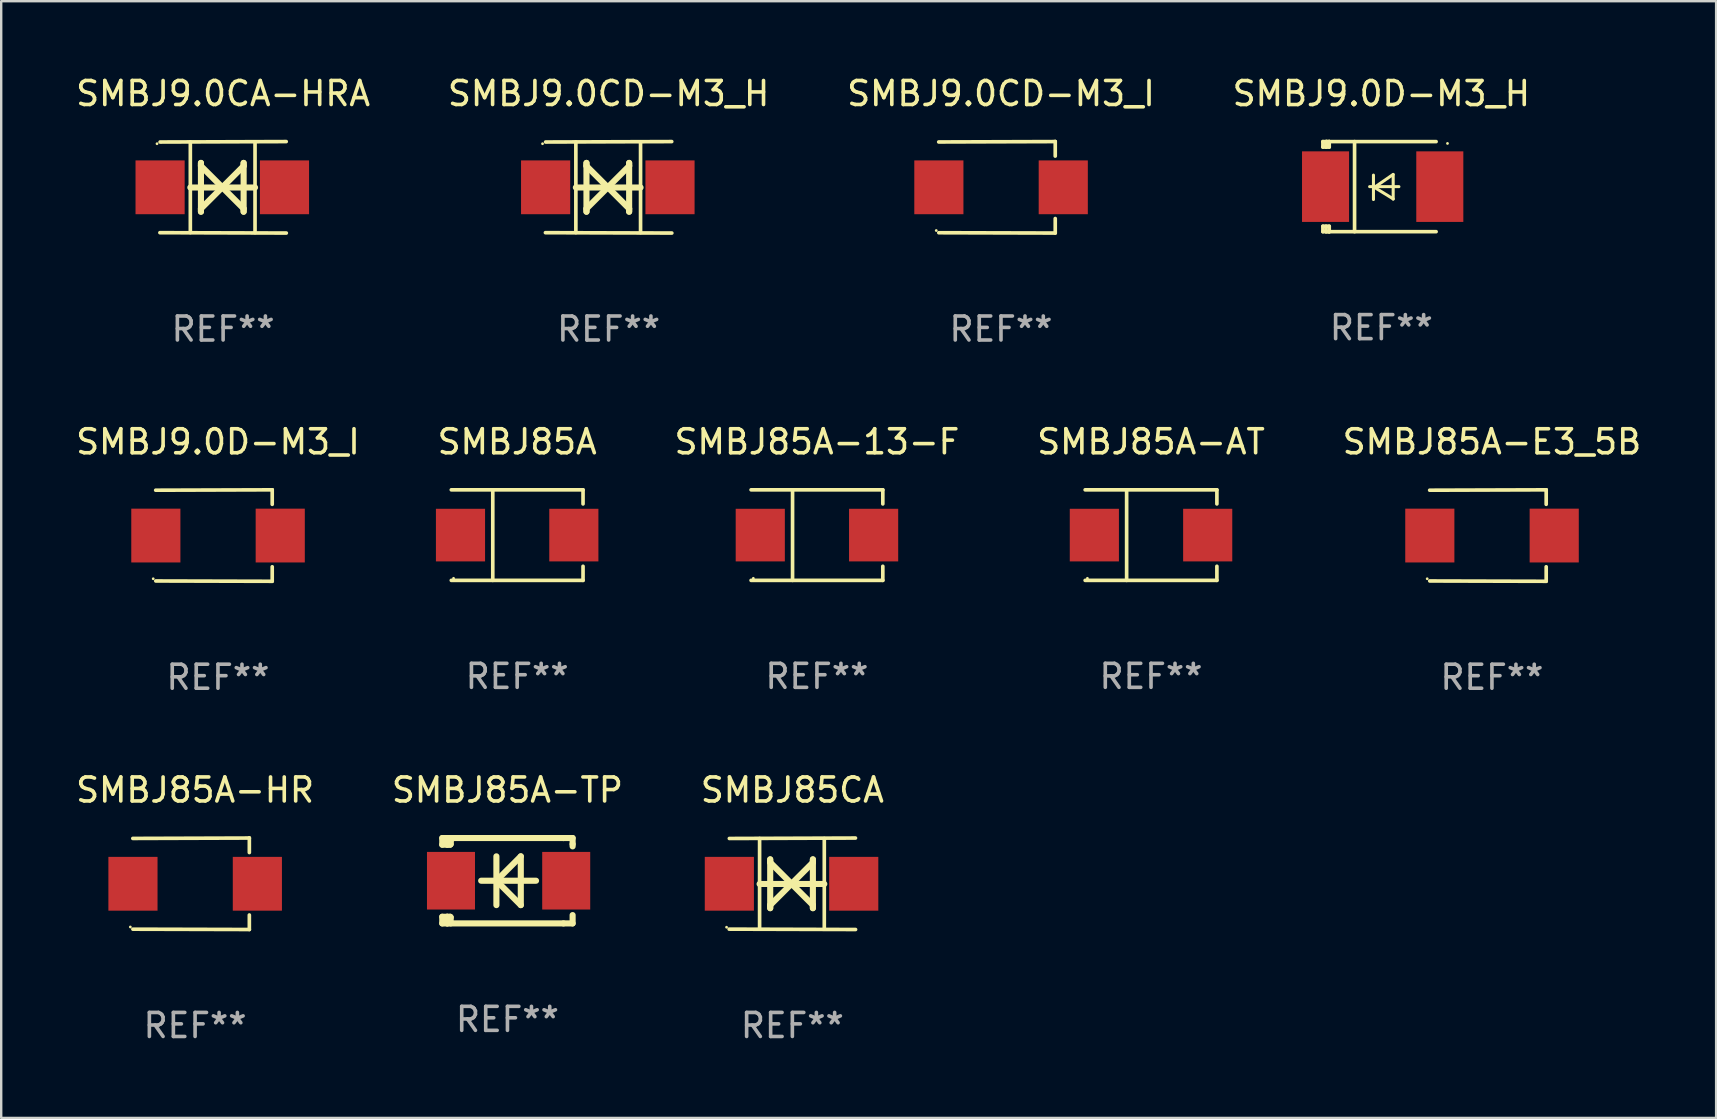
<source format=kicad_pcb>
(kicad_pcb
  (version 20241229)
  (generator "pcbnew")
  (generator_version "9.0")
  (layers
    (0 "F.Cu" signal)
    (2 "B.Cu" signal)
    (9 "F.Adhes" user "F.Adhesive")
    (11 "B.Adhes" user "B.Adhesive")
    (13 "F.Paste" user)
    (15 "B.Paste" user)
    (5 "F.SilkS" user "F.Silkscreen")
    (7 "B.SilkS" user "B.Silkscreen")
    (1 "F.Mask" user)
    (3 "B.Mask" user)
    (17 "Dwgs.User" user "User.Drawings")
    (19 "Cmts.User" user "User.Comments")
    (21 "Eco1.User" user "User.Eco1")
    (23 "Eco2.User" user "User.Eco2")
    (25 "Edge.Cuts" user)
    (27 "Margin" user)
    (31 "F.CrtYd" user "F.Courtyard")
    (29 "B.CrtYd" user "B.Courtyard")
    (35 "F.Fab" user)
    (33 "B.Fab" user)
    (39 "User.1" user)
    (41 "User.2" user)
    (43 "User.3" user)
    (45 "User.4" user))
  (footprint "SMBJ85A-HR"
    (layer "F.Cu")
    (at 5.077 33.766)
    (property "Reference" "SMBJ85A-HR" (at 0 -3.905 0) (layer "F.SilkS") (effects (font (size 1 1) (thickness 0.15))))
    (attr through_hole)
    (fp_line (start 2.256 -1.905) (end -2.594 -1.889) (stroke (width 0.152) (type solid)) (layer "F.SilkS"))
    (fp_line (start 2.256 -1.905) (end 2.26 -1.905) (stroke (width 0.152) (type solid)) (layer "F.SilkS"))
    (fp_line (start 2.26 -1.905) (end 2.26 -1.301) (stroke (width 0.152) (type solid)) (layer "F.SilkS"))
    (fp_line (start 2.26 1.301) (end 2.26 1.905) (stroke (width 0.152) (type solid)) (layer "F.SilkS"))
    (fp_line (start 2.26 1.905) (end -2.59 1.892) (stroke (width 0.152) (type solid)) (layer "F.SilkS"))
    (fp_circle (center -2.697 1.8) (end -2.667 1.8) (stroke (width 0.06) (type solid)) (fill no) (layer "F.SilkS"))
    (fp_text user "REF**" (at 0 5.905 0) (layer "F.Fab") (effects (font (size 1 1) (thickness 0.15))))
    (pad "1" smd rect (at -2.588 0) (size 2.047 2.241) (layers "F.Cu" "F.Mask" "F.Paste"))
    (pad "2" smd rect (at 2.594 0) (size 2.047 2.241) (layers "F.Cu" "F.Mask" "F.Paste")))
  (footprint "SMBJ9.0CD-M3_I"
    (layer "F.Cu")
    (at 38.649 4.753)
    (property "Reference" "SMBJ9.0CD-M3_I" (at 0 -3.905 0) (layer "F.SilkS") (effects (font (size 1 1) (thickness 0.15))))
    (attr through_hole)
    (fp_line (start 2.256 -1.905) (end -2.594 -1.889) (stroke (width 0.152) (type solid)) (layer "F.SilkS"))
    (fp_line (start 2.256 -1.905) (end 2.26 -1.905) (stroke (width 0.152) (type solid)) (layer "F.SilkS"))
    (fp_line (start 2.26 -1.905) (end 2.26 -1.301) (stroke (width 0.152) (type solid)) (layer "F.SilkS"))
    (fp_line (start 2.26 1.301) (end 2.26 1.905) (stroke (width 0.152) (type solid)) (layer "F.SilkS"))
    (fp_line (start 2.26 1.905) (end -2.59 1.892) (stroke (width 0.152) (type solid)) (layer "F.SilkS"))
    (fp_circle (center -2.697 1.8) (end -2.667 1.8) (stroke (width 0.06) (type solid)) (fill no) (layer "F.SilkS"))
    (fp_text user "REF**" (at 0 5.905 0) (layer "F.Fab") (effects (font (size 1 1) (thickness 0.15))))
    (pad "1" smd rect (at -2.588 0) (size 2.047 2.241) (layers "F.Cu" "F.Mask" "F.Paste"))
    (pad "2" smd rect (at 2.594 0) (size 2.047 2.241) (layers "F.Cu" "F.Mask" "F.Paste")))
  (footprint "SMBJ85CA"
    (layer "F.Cu")
    (at 29.958 33.766)
    (property "Reference" "SMBJ85CA" (at 0 -3.905 0) (layer "F.SilkS") (effects (font (size 1 1) (thickness 0.15))))
    (attr through_hole)
    (fp_line (start -1.365 1.886) (end -1.365 -1.886) (stroke (width 0.152) (type solid)) (layer "F.SilkS"))
    (fp_line (start -1.365 0.008) (end 1.33 0.008) (stroke (width 0.254) (type solid)) (layer "F.SilkS"))
    (fp_line (start -0.923 -1.016) (end -0.923 1.016) (stroke (width 0.254) (type solid)) (layer "F.SilkS"))
    (fp_line (start -0.923 -0.889) (end -0.923 -1.016) (stroke (width 0.254) (type solid)) (layer "F.SilkS"))
    (fp_line (start -0.923 0.889) (end -0.034 0) (stroke (width 0.254) (type solid)) (layer "F.SilkS"))
    (fp_line (start -0.923 1.016) (end -0.923 0.889) (stroke (width 0.254) (type solid)) (layer "F.SilkS"))
    (fp_line (start -0.034 0) (end -0.923 -0.889) (stroke (width 0.254) (type solid)) (layer "F.SilkS"))
    (fp_line (start -0.034 0) (end 0.855 0.889) (stroke (width 0.254) (type solid)) (layer "F.SilkS"))
    (fp_line (start 0.855 -1.016) (end 0.855 -0.889) (stroke (width 0.254) (type solid)) (layer "F.SilkS"))
    (fp_line (start 0.855 -0.889) (end -0.034 0) (stroke (width 0.254) (type solid)) (layer "F.SilkS"))
    (fp_line (start 0.855 0.889) (end 0.855 1.016) (stroke (width 0.254) (type solid)) (layer "F.SilkS"))
    (fp_line (start 0.855 1.016) (end 0.855 -1.016) (stroke (width 0.254) (type solid)) (layer "F.SilkS"))
    (fp_line (start 1.33 1.886) (end 1.33 -1.886) (stroke (width 0.152) (type solid)) (layer "F.SilkS"))
    (fp_line (start 2.629 -1.905) (end -2.625 -1.887) (stroke (width 0.152) (type solid)) (layer "F.SilkS"))
    (fp_line (start 2.633 1.905) (end -2.633 1.89) (stroke (width 0.152) (type solid)) (layer "F.SilkS"))
    (fp_circle (center -2.741 1.81) (end -2.711 1.81) (stroke (width 0.06) (type solid)) (fill no) (layer "F.SilkS"))
    (fp_text user "REF**" (at 0 5.905 0) (layer "F.Fab") (effects (font (size 1 1) (thickness 0.15))))
    (pad "1" smd rect (at -2.625 0) (size 2.047 2.241) (layers "F.Cu" "F.Mask" "F.Paste"))
    (pad "2" smd rect (at 2.557 0) (size 2.047 2.241) (layers "F.Cu" "F.Mask" "F.Paste")))
  (footprint "SMBJ85A-TP"
    (layer "F.Cu")
    (at 18.089 33.639)
    (property "Reference" "SMBJ85A-TP" (at 0 -3.778 0) (layer "F.SilkS") (effects (font (size 1 1) (thickness 0.15))))
    (attr through_hole)
    (fp_line (start -2.715 -1.778) (end -2.715 -1.501) (stroke (width 0.254) (type solid)) (layer "F.SilkS"))
    (fp_line (start -2.715 -1.501) (end -2.505 -1.501) (stroke (width 0.254) (type solid)) (layer "F.SilkS"))
    (fp_line (start -2.715 1.501) (end -2.715 1.778) (stroke (width 0.254) (type solid)) (layer "F.SilkS"))
    (fp_line (start -2.715 1.501) (end -2.505 1.501) (stroke (width 0.254) (type solid)) (layer "F.SilkS"))
    (fp_line (start -2.715 1.778) (end -2.504 1.778) (stroke (width 0.254) (type solid)) (layer "F.SilkS"))
    (fp_line (start -2.505 -1.778) (end -2.715 -1.778) (stroke (width 0.254) (type solid)) (layer "F.SilkS"))
    (fp_line (start -2.505 -1.778) (end -2.238 -1.778) (stroke (width 0.254) (type solid)) (layer "F.SilkS"))
    (fp_line (start -2.505 -1.501) (end -2.505 -1.651) (stroke (width 0.254) (type solid)) (layer "F.SilkS"))
    (fp_line (start -2.505 -1.501) (end -2.388 -1.501) (stroke (width 0.254) (type solid)) (layer "F.SilkS"))
    (fp_line (start -2.505 1.501) (end -2.505 1.778) (stroke (width 0.254) (type solid)) (layer "F.SilkS"))
    (fp_line (start -2.505 1.501) (end -2.388 1.501) (stroke (width 0.254) (type solid)) (layer "F.SilkS"))
    (fp_line (start -2.388 1.501) (end -2.365 1.524) (stroke (width 0.254) (type solid)) (layer "F.SilkS"))
    (fp_line (start -2.388 -1.501) (end -2.365 -1.524) (stroke (width 0.254) (type solid)) (layer "F.SilkS"))
    (fp_line (start -2.365 -1.651) (end -2.505 -1.778) (stroke (width 0.254) (type solid)) (layer "F.SilkS"))
    (fp_line (start -2.365 -1.524) (end -2.365 -1.651) (stroke (width 0.254) (type solid)) (layer "F.SilkS"))
    (fp_line (start -2.365 1.524) (end -2.365 1.778) (stroke (width 0.254) (type solid)) (layer "F.SilkS"))
    (fp_line (start -2.239 -1.778) (end 2.333 -1.778) (stroke (width 0.254) (type solid)) (layer "F.SilkS"))
    (fp_line (start -2.238 -1.778) (end -2.505 -1.778) (stroke (width 0.254) (type solid)) (layer "F.SilkS"))
    (fp_line (start -1.095 0) (end 1.191 0) (stroke (width 0.254) (type solid)) (layer "F.SilkS"))
    (fp_line (start -0.46 -1.016) (end -0.46 1.016) (stroke (width 0.254) (type solid)) (layer "F.SilkS"))
    (fp_line (start -0.46 -0.000127) (end 0.556 1.016) (stroke (width 0.254) (type solid)) (layer "F.SilkS"))
    (fp_line (start 0.556 -1.016) (end 0.556 1.016) (stroke (width 0.254) (type solid)) (layer "F.SilkS"))
    (fp_line (start 0.556 -1.016) (end -0.46 -0.000127) (stroke (width 0.254) (type solid)) (layer "F.SilkS"))
    (fp_line (start 2.333 -1.778) (end 2.333 -1.778) (stroke (width 0.254) (type solid)) (layer "F.SilkS"))
    (fp_line (start 2.333 -1.778) (end 2.715 -1.778) (stroke (width 0.254) (type solid)) (layer "F.SilkS"))
    (fp_line (start 2.334 1.778) (end -2.504 1.778) (stroke (width 0.254) (type solid)) (layer "F.SilkS"))
    (fp_line (start 2.715 -1.778) (end 2.715 -1.524) (stroke (width 0.254) (type solid)) (layer "F.SilkS"))
    (fp_line (start 2.715 -1.524) (end 2.715 -1.431) (stroke (width 0.254) (type solid)) (layer "F.SilkS"))
    (fp_line (start 2.715 1.431) (end 2.715 1.778) (stroke (width 0.254) (type solid)) (layer "F.SilkS"))
    (fp_line (start 2.715 1.778) (end 2.334 1.778) (stroke (width 0.254) (type solid)) (layer "F.SilkS"))
    (fp_circle (center -2.602 1.8) (end -2.572 1.8) (stroke (width 0.06) (type solid)) (fill no) (layer "F.SilkS"))
    (fp_text user "REF**" (at 0 5.778 0) (layer "F.Fab") (effects (font (size 1 1) (thickness 0.15))))
    (pad "1" smd rect (at -2.352 -0.000076) (size 2 2.4) (layers "F.Cu" "F.Mask" "F.Paste"))
    (pad "2" smd rect (at 2.448 -0.000076) (size 2 2.4) (layers "F.Cu" "F.Mask" "F.Paste")))
  (footprint "SMBJ9.0CD-M3_H"
    (layer "F.Cu")
    (at 22.304 4.753)
    (property "Reference" "SMBJ9.0CD-M3_H" (at 0 -3.905 0) (layer "F.SilkS") (effects (font (size 1 1) (thickness 0.15))))
    (attr through_hole)
    (fp_line (start -1.365 1.886) (end -1.365 -1.886) (stroke (width 0.152) (type solid)) (layer "F.SilkS"))
    (fp_line (start -1.365 0.008) (end 1.33 0.008) (stroke (width 0.254) (type solid)) (layer "F.SilkS"))
    (fp_line (start -0.923 -1.016) (end -0.923 1.016) (stroke (width 0.254) (type solid)) (layer "F.SilkS"))
    (fp_line (start -0.923 -0.889) (end -0.923 -1.016) (stroke (width 0.254) (type solid)) (layer "F.SilkS"))
    (fp_line (start -0.923 0.889) (end -0.034 0) (stroke (width 0.254) (type solid)) (layer "F.SilkS"))
    (fp_line (start -0.923 1.016) (end -0.923 0.889) (stroke (width 0.254) (type solid)) (layer "F.SilkS"))
    (fp_line (start -0.034 0) (end -0.923 -0.889) (stroke (width 0.254) (type solid)) (layer "F.SilkS"))
    (fp_line (start -0.034 0) (end 0.855 0.889) (stroke (width 0.254) (type solid)) (layer "F.SilkS"))
    (fp_line (start 0.855 -1.016) (end 0.855 -0.889) (stroke (width 0.254) (type solid)) (layer "F.SilkS"))
    (fp_line (start 0.855 -0.889) (end -0.034 0) (stroke (width 0.254) (type solid)) (layer "F.SilkS"))
    (fp_line (start 0.855 0.889) (end 0.855 1.016) (stroke (width 0.254) (type solid)) (layer "F.SilkS"))
    (fp_line (start 0.855 1.016) (end 0.855 -1.016) (stroke (width 0.254) (type solid)) (layer "F.SilkS"))
    (fp_line (start 1.33 1.886) (end 1.33 -1.886) (stroke (width 0.152) (type solid)) (layer "F.SilkS"))
    (fp_line (start 2.629 -1.905) (end -2.625 -1.887) (stroke (width 0.152) (type solid)) (layer "F.SilkS"))
    (fp_line (start 2.633 1.905) (end -2.633 1.89) (stroke (width 0.152) (type solid)) (layer "F.SilkS"))
    (fp_circle (center -2.753 -1.816) (end -2.723 -1.816) (stroke (width 0.06) (type solid)) (fill no) (layer "F.SilkS"))
    (fp_text user "REF**" (at 0 5.905 0) (layer "F.Fab") (effects (font (size 1 1) (thickness 0.15))))
    (pad "1" smd rect (at -2.625 0) (size 2.047 2.241) (layers "F.Cu" "F.Mask" "F.Paste"))
    (pad "2" smd rect (at 2.557 0) (size 2.047 2.241) (layers "F.Cu" "F.Mask" "F.Paste")))
  (footprint "SMBJ85A"
    (layer "F.Cu")
    (at 18.494 19.241)
    (property "Reference" "SMBJ85A" (at 0 -3.886 0) (layer "F.SilkS") (effects (font (size 1 1) (thickness 0.15))))
    (attr through_hole)
    (fp_line (start -2.744 -1.886) (end 2.744 -1.886) (stroke (width 0.152) (type solid)) (layer "F.SilkS"))
    (fp_line (start -2.744 1.886) (end 2.744 1.886) (stroke (width 0.152) (type solid)) (layer "F.SilkS"))
    (fp_line (start -1.016 -1.886) (end -1.016 1.886) (stroke (width 0.152) (type solid)) (layer "F.SilkS"))
    (fp_line (start 2.744 -1.886) (end 2.744 -1.299) (stroke (width 0.152) (type solid)) (layer "F.SilkS"))
    (fp_line (start 2.744 1.886) (end 2.744 1.299) (stroke (width 0.152) (type solid)) (layer "F.SilkS"))
    (fp_circle (center -2.65 1.8) (end -2.62 1.8) (stroke (width 0.06) (type solid)) (fill no) (layer "F.SilkS"))
    (fp_text user "REF**" (at 0 5.886 0) (layer "F.Fab") (effects (font (size 1 1) (thickness 0.15))))
    (pad "1" smd rect (at -2.361 0) (size 2.047 2.192) (layers "F.Cu" "F.Mask" "F.Paste"))
    (pad "2" smd rect (at 2.361 0) (size 2.047 2.192) (layers "F.Cu" "F.Mask" "F.Paste")))
  (footprint "SMBJ9.0D-M3_H"
    (layer "F.Cu")
    (at 54.494 4.725)
    (property "Reference" "SMBJ9.0D-M3_H" (at 0 -3.876 0) (layer "F.SilkS") (effects (font (size 1 1) (thickness 0.15))))
    (attr through_hole)
    (fp_line (start -2.435 1.65) (end -2.171 1.65) (stroke (width 0.152) (type solid)) (layer "F.SilkS"))
    (fp_line (start -2.435 1.876) (end -2.435 1.65) (stroke (width 0.152) (type solid)) (layer "F.SilkS"))
    (fp_line (start -2.435 -1.876) (end -2.171 -1.876) (stroke (width 0.152) (type solid)) (layer "F.SilkS"))
    (fp_line (start -2.435 -1.65) (end -2.435 -1.876) (stroke (width 0.152) (type solid)) (layer "F.SilkS"))
    (fp_line (start -2.305 -1.866) (end -2.295 -1.876) (stroke (width 0.152) (type solid)) (layer "F.SilkS"))
    (fp_line (start -2.305 -1.65) (end -2.305 -1.866) (stroke (width 0.152) (type solid)) (layer "F.SilkS"))
    (fp_line (start -2.305 1.876) (end -2.305 1.65) (stroke (width 0.152) (type solid)) (layer "F.SilkS"))
    (fp_line (start -2.295 -1.876) (end -2.295 -1.65) (stroke (width 0.152) (type solid)) (layer "F.SilkS"))
    (fp_line (start -2.171 1.876) (end -2.435 1.876) (stroke (width 0.152) (type solid)) (layer "F.SilkS"))
    (fp_line (start -2.171 -1.65) (end -2.435 -1.65) (stroke (width 0.152) (type solid)) (layer "F.SilkS"))
    (fp_line (start -2.171 -1.876) (end -2.295 -1.876) (stroke (width 0.152) (type solid)) (layer "F.SilkS"))
    (fp_line (start -2.171 -1.65) (end -2.171 -1.876) (stroke (width 0.152) (type solid)) (layer "F.SilkS"))
    (fp_line (start -2.171 1.876) (end -2.305 1.876) (stroke (width 0.152) (type solid)) (layer "F.SilkS"))
    (fp_line (start -2.171 1.876) (end -2.171 1.65) (stroke (width 0.152) (type solid)) (layer "F.SilkS"))
    (fp_line (start -1.116 1.876) (end -1.116 -1.876) (stroke (width 0.152) (type solid)) (layer "F.SilkS"))
    (fp_line (start -0.488 0.000102) (end 0.731 0.000102) (stroke (width 0.127) (type solid)) (layer "F.SilkS"))
    (fp_line (start -0.329 -0.48) (end -0.329 0.536) (stroke (width 0.127) (type solid)) (layer "F.SilkS"))
    (fp_line (start -0.29 0.03) (end 0.493 0.51) (stroke (width 0.127) (type solid)) (layer "F.SilkS"))
    (fp_line (start 0.493 -0.51) (end -0.29 0.03) (stroke (width 0.127) (type solid)) (layer "F.SilkS"))
    (fp_line (start 0.493 0.52) (end 0.493 -0.496) (stroke (width 0.127) (type solid)) (layer "F.SilkS"))
    (fp_line (start 2.281 -1.876) (end -2.171 -1.876) (stroke (width 0.152) (type solid)) (layer "F.SilkS"))
    (fp_line (start 2.281 1.876) (end -2.171 1.876) (stroke (width 0.152) (type solid)) (layer "F.SilkS"))
    (fp_circle (center 2.755 -1.8) (end 2.785 -1.8) (stroke (width 0.06) (type solid)) (fill no) (layer "F.SilkS"))
    (fp_text user "REF**" (at 0 5.876 0) (layer "F.Fab") (effects (font (size 1 1) (thickness 0.15))))
    (pad "1" smd rect (at 2.435 -0.000025 180) (size 1.96 2.94) (layers "F.Cu" "F.Mask" "F.Paste"))
    (pad "2" smd rect (at -2.325 -0.000025 180) (size 1.96 2.94) (layers "F.Cu" "F.Mask" "F.Paste")))
  (footprint "SMBJ85A-E3_5B"
    (layer "F.Cu")
    (at 59.101 19.26)
    (property "Reference" "SMBJ85A-E3_5B" (at 0 -3.905 0) (layer "F.SilkS") (effects (font (size 1 1) (thickness 0.15))))
    (attr through_hole)
    (fp_line (start 2.256 -1.905) (end -2.594 -1.889) (stroke (width 0.152) (type solid)) (layer "F.SilkS"))
    (fp_line (start 2.256 -1.905) (end 2.26 -1.905) (stroke (width 0.152) (type solid)) (layer "F.SilkS"))
    (fp_line (start 2.26 -1.905) (end 2.26 -1.301) (stroke (width 0.152) (type solid)) (layer "F.SilkS"))
    (fp_line (start 2.26 1.301) (end 2.26 1.905) (stroke (width 0.152) (type solid)) (layer "F.SilkS"))
    (fp_line (start 2.26 1.905) (end -2.59 1.892) (stroke (width 0.152) (type solid)) (layer "F.SilkS"))
    (fp_circle (center -2.697 1.8) (end -2.667 1.8) (stroke (width 0.06) (type solid)) (fill no) (layer "F.SilkS"))
    (fp_text user "REF**" (at 0 5.905 0) (layer "F.Fab") (effects (font (size 1 1) (thickness 0.15))))
    (pad "1" smd rect (at -2.588 0) (size 2.047 2.241) (layers "F.Cu" "F.Mask" "F.Paste"))
    (pad "2" smd rect (at 2.594 0) (size 2.047 2.241) (layers "F.Cu" "F.Mask" "F.Paste")))
  (footprint "SMBJ9.0CA-HRA"
    (layer "F.Cu")
    (at 6.244 4.753)
    (property "Reference" "SMBJ9.0CA-HRA" (at 0 -3.905 0) (layer "F.SilkS") (effects (font (size 1 1) (thickness 0.15))))
    (attr through_hole)
    (fp_line (start -1.365 1.886) (end -1.365 -1.886) (stroke (width 0.152) (type solid)) (layer "F.SilkS"))
    (fp_line (start -1.365 0.008) (end 1.33 0.008) (stroke (width 0.254) (type solid)) (layer "F.SilkS"))
    (fp_line (start -0.923 -1.016) (end -0.923 1.016) (stroke (width 0.254) (type solid)) (layer "F.SilkS"))
    (fp_line (start -0.923 -0.889) (end -0.923 -1.016) (stroke (width 0.254) (type solid)) (layer "F.SilkS"))
    (fp_line (start -0.923 0.889) (end -0.034 0) (stroke (width 0.254) (type solid)) (layer "F.SilkS"))
    (fp_line (start -0.923 1.016) (end -0.923 0.889) (stroke (width 0.254) (type solid)) (layer "F.SilkS"))
    (fp_line (start -0.034 0) (end -0.923 -0.889) (stroke (width 0.254) (type solid)) (layer "F.SilkS"))
    (fp_line (start -0.034 0) (end 0.855 0.889) (stroke (width 0.254) (type solid)) (layer "F.SilkS"))
    (fp_line (start 0.855 -1.016) (end 0.855 -0.889) (stroke (width 0.254) (type solid)) (layer "F.SilkS"))
    (fp_line (start 0.855 -0.889) (end -0.034 0) (stroke (width 0.254) (type solid)) (layer "F.SilkS"))
    (fp_line (start 0.855 0.889) (end 0.855 1.016) (stroke (width 0.254) (type solid)) (layer "F.SilkS"))
    (fp_line (start 0.855 1.016) (end 0.855 -1.016) (stroke (width 0.254) (type solid)) (layer "F.SilkS"))
    (fp_line (start 1.33 1.886) (end 1.33 -1.886) (stroke (width 0.152) (type solid)) (layer "F.SilkS"))
    (fp_line (start 2.629 -1.905) (end -2.625 -1.887) (stroke (width 0.152) (type solid)) (layer "F.SilkS"))
    (fp_line (start 2.633 1.905) (end -2.633 1.89) (stroke (width 0.152) (type solid)) (layer "F.SilkS"))
    (fp_circle (center -2.753 -1.816) (end -2.723 -1.816) (stroke (width 0.06) (type solid)) (fill no) (layer "F.SilkS"))
    (fp_text user "REF**" (at 0 5.905 0) (layer "F.Fab") (effects (font (size 1 1) (thickness 0.15))))
    (pad "1" smd rect (at -2.625 0) (size 2.047 2.241) (layers "F.Cu" "F.Mask" "F.Paste"))
    (pad "2" smd rect (at 2.557 0) (size 2.047 2.241) (layers "F.Cu" "F.Mask" "F.Paste")))
  (footprint "SMBJ85A-13-F"
    (layer "F.Cu")
    (at 30.982 19.241)
    (property "Reference" "SMBJ85A-13-F" (at 0 -3.886 0) (layer "F.SilkS") (effects (font (size 1 1) (thickness 0.15))))
    (attr through_hole)
    (fp_line (start -2.744 -1.886) (end 2.744 -1.886) (stroke (width 0.152) (type solid)) (layer "F.SilkS"))
    (fp_line (start -2.744 1.886) (end 2.744 1.886) (stroke (width 0.152) (type solid)) (layer "F.SilkS"))
    (fp_line (start -1.016 -1.886) (end -1.016 1.886) (stroke (width 0.152) (type solid)) (layer "F.SilkS"))
    (fp_line (start 2.744 -1.886) (end 2.744 -1.299) (stroke (width 0.152) (type solid)) (layer "F.SilkS"))
    (fp_line (start 2.744 1.886) (end 2.744 1.299) (stroke (width 0.152) (type solid)) (layer "F.SilkS"))
    (fp_circle (center -2.65 1.8) (end -2.62 1.8) (stroke (width 0.06) (type solid)) (fill no) (layer "F.SilkS"))
    (fp_text user "REF**" (at 0 5.886 0) (layer "F.Fab") (effects (font (size 1 1) (thickness 0.15))))
    (pad "1" smd rect (at -2.361 0) (size 2.047 2.192) (layers "F.Cu" "F.Mask" "F.Paste"))
    (pad "2" smd rect (at 2.361 0) (size 2.047 2.192) (layers "F.Cu" "F.Mask" "F.Paste")))
  (footprint "SMBJ9.0D-M3_I"
    (layer "F.Cu")
    (at 6.03 19.26)
    (property "Reference" "SMBJ9.0D-M3_I" (at 0 -3.905 0) (layer "F.SilkS") (effects (font (size 1 1) (thickness 0.15))))
    (attr through_hole)
    (fp_line (start 2.256 -1.905) (end -2.594 -1.889) (stroke (width 0.152) (type solid)) (layer "F.SilkS"))
    (fp_line (start 2.256 -1.905) (end 2.26 -1.905) (stroke (width 0.152) (type solid)) (layer "F.SilkS"))
    (fp_line (start 2.26 -1.905) (end 2.26 -1.301) (stroke (width 0.152) (type solid)) (layer "F.SilkS"))
    (fp_line (start 2.26 1.301) (end 2.26 1.905) (stroke (width 0.152) (type solid)) (layer "F.SilkS"))
    (fp_line (start 2.26 1.905) (end -2.59 1.892) (stroke (width 0.152) (type solid)) (layer "F.SilkS"))
    (fp_circle (center -2.697 1.8) (end -2.667 1.8) (stroke (width 0.06) (type solid)) (fill no) (layer "F.SilkS"))
    (fp_text user "REF**" (at 0 5.905 0) (layer "F.Fab") (effects (font (size 1 1) (thickness 0.15))))
    (pad "1" smd rect (at -2.588 0) (size 2.047 2.241) (layers "F.Cu" "F.Mask" "F.Paste"))
    (pad "2" smd rect (at 2.594 0) (size 2.047 2.241) (layers "F.Cu" "F.Mask" "F.Paste")))
  (footprint "SMBJ85A-AT"
    (layer "F.Cu")
    (at 44.899 19.241)
    (property "Reference" "SMBJ85A-AT" (at 0 -3.886 0) (layer "F.SilkS") (effects (font (size 1 1) (thickness 0.15))))
    (attr through_hole)
    (fp_line (start -2.744 -1.886) (end 2.744 -1.886) (stroke (width 0.152) (type solid)) (layer "F.SilkS"))
    (fp_line (start -2.744 1.886) (end 2.744 1.886) (stroke (width 0.152) (type solid)) (layer "F.SilkS"))
    (fp_line (start -1.016 -1.886) (end -1.016 1.886) (stroke (width 0.152) (type solid)) (layer "F.SilkS"))
    (fp_line (start 2.744 -1.886) (end 2.744 -1.299) (stroke (width 0.152) (type solid)) (layer "F.SilkS"))
    (fp_line (start 2.744 1.886) (end 2.744 1.299) (stroke (width 0.152) (type solid)) (layer "F.SilkS"))
    (fp_circle (center -2.65 1.8) (end -2.62 1.8) (stroke (width 0.06) (type solid)) (fill no) (layer "F.SilkS"))
    (fp_text user "REF**" (at 0 5.886 0) (layer "F.Fab") (effects (font (size 1 1) (thickness 0.15))))
    (pad "1" smd rect (at -2.361 0) (size 2.047 2.192) (layers "F.Cu" "F.Mask" "F.Paste"))
    (pad "2" smd rect (at 2.361 0) (size 2.047 2.192) (layers "F.Cu" "F.Mask" "F.Paste")))
  (gr_rect
    (start -3 -3)
    (end 68.44 43.52)
    (stroke (width 0.1) (type default))
    (fill no)
    (layer "Edge.Cuts")))
</source>
